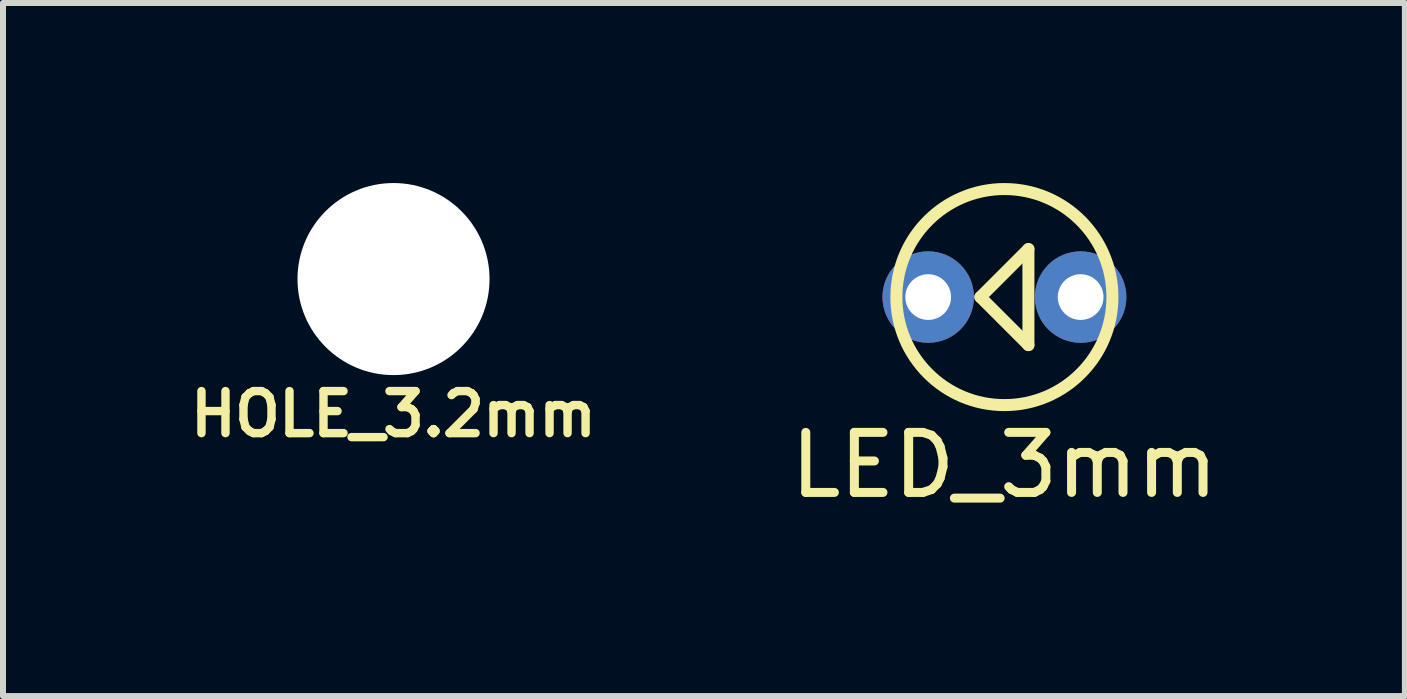
<source format=kicad_pcb>
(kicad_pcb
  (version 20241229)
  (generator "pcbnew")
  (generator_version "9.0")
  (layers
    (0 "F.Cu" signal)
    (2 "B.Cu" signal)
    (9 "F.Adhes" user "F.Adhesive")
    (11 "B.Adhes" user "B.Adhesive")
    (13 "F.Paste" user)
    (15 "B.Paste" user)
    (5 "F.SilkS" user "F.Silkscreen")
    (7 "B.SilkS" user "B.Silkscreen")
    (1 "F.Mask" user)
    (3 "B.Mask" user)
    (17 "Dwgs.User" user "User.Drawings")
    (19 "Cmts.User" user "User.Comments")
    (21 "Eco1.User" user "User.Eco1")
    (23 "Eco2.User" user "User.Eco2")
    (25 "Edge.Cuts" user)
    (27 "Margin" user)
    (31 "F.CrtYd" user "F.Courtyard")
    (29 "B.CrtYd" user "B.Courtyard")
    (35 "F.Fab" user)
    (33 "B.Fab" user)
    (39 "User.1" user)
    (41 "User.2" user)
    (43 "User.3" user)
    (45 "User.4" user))
  (footprint "HOLE_3.2mm"
    (layer "F.Cu")
    (at 3.507 1.6)
    (property "Reference" "HOLE_3.2mm" (at 0 2.25 0) (layer "F.SilkS") (effects (font (size 0.7 0.7) (thickness 0.14))))
    (attr through_hole)
    (pad "" np_thru_hole circle (at 0 0) (size 3.2 3.2) (drill 3.2) (layers "*.Cu" "*.Mask")))
  (footprint "LED_3mm"
    (layer "F.Cu")
    (at 13.686 1.9)
    (property "Reference" "LED_3mm" (at 0 2.8 0) (layer "F.SilkS") (effects (font (size 1 1) (thickness 0.15))))
    (attr through_hole)
    (fp_line (start -0.4 0) (end 0.4 -0.8) (stroke (width 0.2) (type solid)) (layer "F.SilkS"))
    (fp_line (start 0.4 -0.8) (end 0.4 0.8) (stroke (width 0.2) (type solid)) (layer "F.SilkS"))
    (fp_line (start 0.4 0.8) (end -0.4 0) (stroke (width 0.2) (type solid)) (layer "F.SilkS"))
    (fp_circle (center 0 0) (end 1.8 0) (stroke (width 0.2) (type solid)) (fill no) (layer "F.SilkS"))
    (pad "1" thru_hole circle (at -1.27 0) (size 1.524 1.524) (drill 0.762) (layers "*.Cu" "*.Mask"))
    (pad "2" thru_hole circle (at 1.27 0) (size 1.524 1.524) (drill 0.762) (layers "*.Cu" "*.Mask")))
  (gr_rect
    (start -3 -3)
    (end 20.359 8.548)
    (stroke (width 0.1) (type default))
    (fill no)
    (layer "Edge.Cuts")))
</source>
